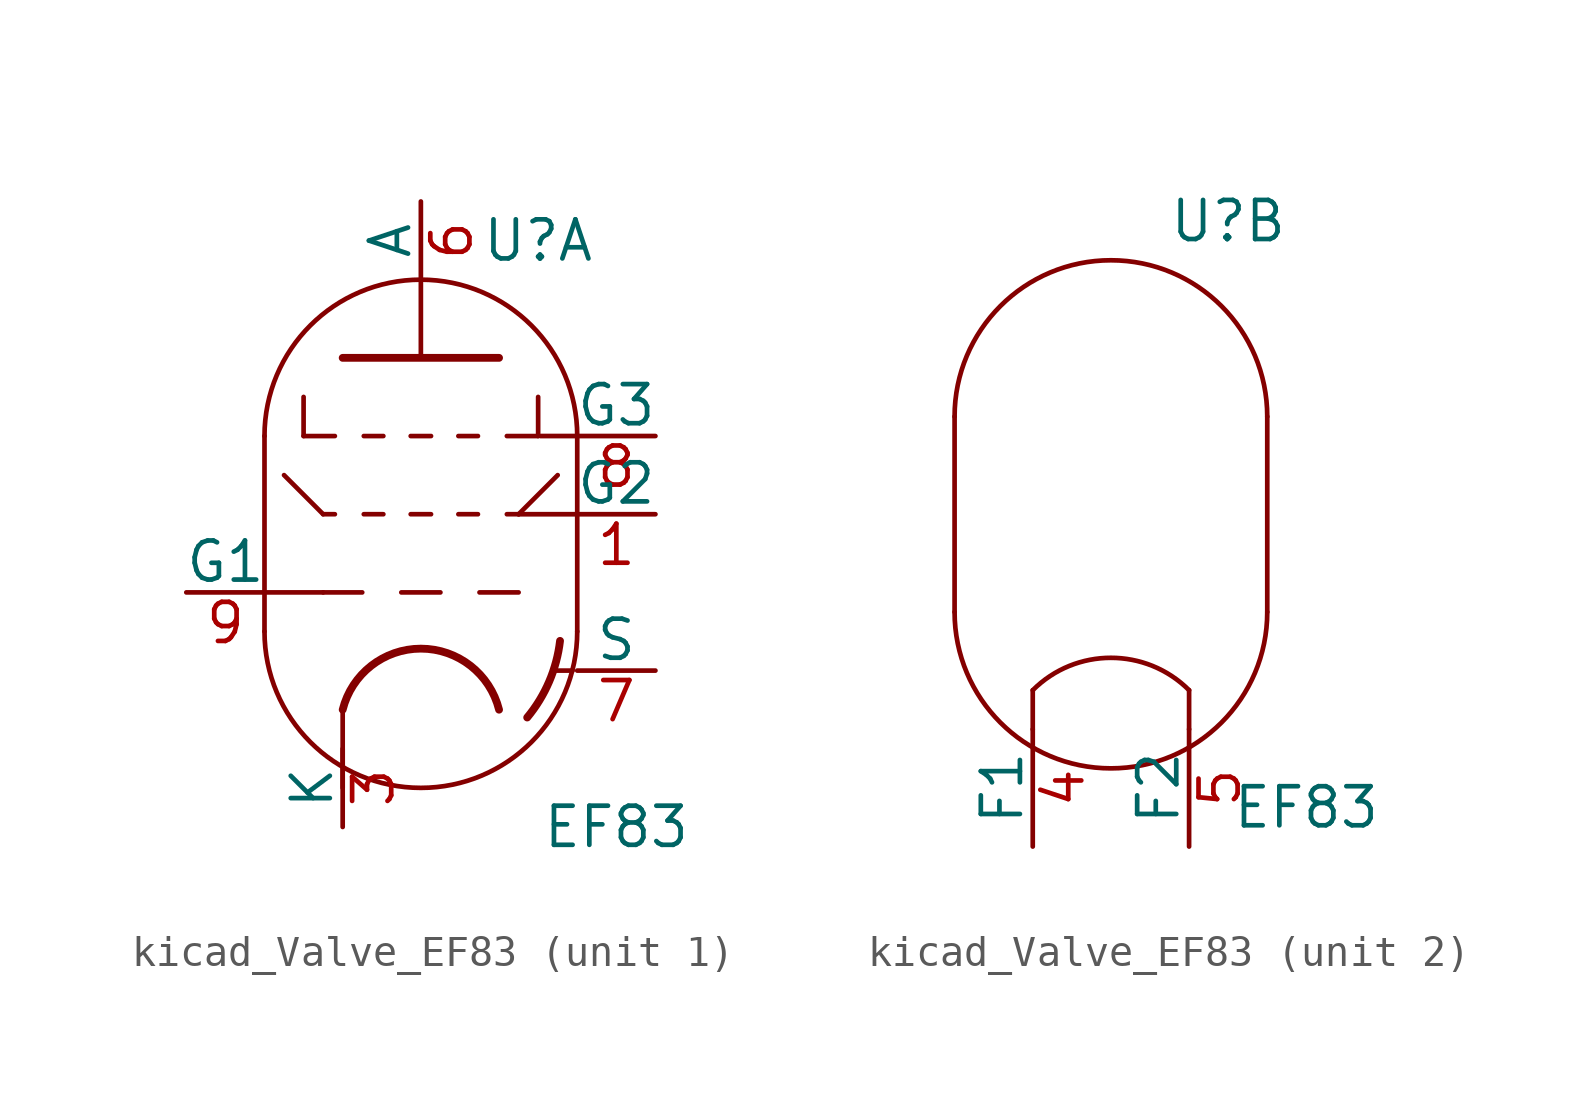
<source format=kicad_sym>
(kicad_symbol_lib
  (version 20220914)
  (generator kicad_symbol_editor)
  (symbol "kicad_Valve_EF83"
    (pin_names
      (offset 0))
    (property "Reference" "U"
      (at 3.81 10.16 0)
      (effects (font (size 1.27 1.27))))
    (property "Value" "EF83"
      (at 6.35 -8.89 0)
      (effects (font (size 1.27 1.27))))
    (property "ki_locked" ""
      (at 0 0 0)
      (effects (font (size 1.27 1.27))))
    (symbol "kicad_Valve_EF83_0_1"
      (arc (start -5.08 -2.54) (mid 0 -7.5979) (end 5.08 -2.54) (stroke (width 0) (type default)) (fill (type none)))
      (polyline (pts (xy -5.08 -2.54) (xy -5.08 3.81) (xy -5.08 3.81)) (stroke (width 0) (type default)) (fill (type none)))
      (polyline (pts (xy 5.08 -2.54) (xy 5.08 3.81) (xy 5.08 3.81)) (stroke (width 0) (type default)) (fill (type none)))
      (arc (start 5.08 3.81) (mid 0 8.8679) (end -5.08 3.81) (stroke (width 0) (type default)) (fill (type none))))
    (symbol "kicad_Valve_EF83_1_0"
      (polyline (pts (xy -2.54 -5.08) (xy -2.54 -7.62)) (stroke (width 0) (type default)) (fill (type none)))
      (polyline (pts (xy 4.318 -3.785) (xy 4.343 -3.81)) (stroke (width 0) (type default)) (fill (type none)))
      (polyline (pts (xy 4.928 -3.81) (xy 4.343 -3.81)) (stroke (width 0) (type default)) (fill (type none))))
    (symbol "kicad_Valve_EF83_1_1"
      (polyline (pts (xy -5.08 -1.27) (xy -3.175 -1.27)) (stroke (width 0) (type default)) (fill (type none)))
      (polyline (pts (xy -4.445 2.54) (xy -3.175 1.27)) (stroke (width 0.152) (type default)) (fill (type none)))
      (polyline (pts (xy -3.81 3.81) (xy -2.794 3.81)) (stroke (width 0.152) (type default)) (fill (type none)))
      (polyline (pts (xy -3.81 5.08) (xy -3.81 3.81)) (stroke (width 0.152) (type default)) (fill (type none)))
      (polyline (pts (xy -3.175 1.27) (xy -2.794 1.27)) (stroke (width 0.152) (type default)) (fill (type none)))
      (polyline (pts (xy -1.905 -1.27) (xy -3.175 -1.27)) (stroke (width 0.152) (type default)) (fill (type none)))
      (polyline (pts (xy -1.854 1.27) (xy -1.219 1.27)) (stroke (width 0.152) (type default)) (fill (type none)))
      (polyline (pts (xy -1.854 3.81) (xy -1.219 3.81)) (stroke (width 0.152) (type default)) (fill (type none)))
      (polyline (pts (xy -0.635 -1.27) (xy 0.635 -1.27)) (stroke (width 0.152) (type default)) (fill (type none)))
      (polyline (pts (xy -0.33 1.27) (xy 0.33 1.27)) (stroke (width 0.152) (type default)) (fill (type none)))
      (polyline (pts (xy -0.33 3.81) (xy 0.33 3.81)) (stroke (width 0.152) (type default)) (fill (type none)))
      (polyline (pts (xy 0 6.35) (xy 0 8.89)) (stroke (width 0) (type default)) (fill (type none)))
      (polyline (pts (xy 1.219 1.27) (xy 1.854 1.27)) (stroke (width 0.152) (type default)) (fill (type none)))
      (polyline (pts (xy 1.219 3.81) (xy 1.854 3.81)) (stroke (width 0.152) (type default)) (fill (type none)))
      (polyline (pts (xy 1.905 -1.27) (xy 3.175 -1.27)) (stroke (width 0.152) (type default)) (fill (type none)))
      (polyline (pts (xy 2.794 1.27) (xy 3.175 1.27)) (stroke (width 0.152) (type default)) (fill (type none)))
      (polyline (pts (xy 3.175 1.27) (xy 5.08 1.27)) (stroke (width 0) (type default)) (fill (type none)))
      (polyline (pts (xy 3.81 3.81) (xy 2.794 3.81)) (stroke (width 0.152) (type default)) (fill (type none)))
      (polyline (pts (xy 3.81 5.08) (xy 3.81 3.81)) (stroke (width 0.152) (type default)) (fill (type none)))
      (polyline (pts (xy 3.886 3.81) (xy 5.08 3.81)) (stroke (width 0) (type default)) (fill (type none)))
      (polyline (pts (xy 4.445 2.54) (xy 3.175 1.27)) (stroke (width 0.152) (type default)) (fill (type none)))
      (polyline (pts (xy -2.54 6.35) (xy 2.54 6.35) (xy 2.54 6.35)) (stroke (width 0.254) (type default)) (fill (type none)))
      (arc (start 2.54 -5.08) (mid 0 -3.0968) (end -2.54 -5.08) (stroke (width 0.254) (type default)) (fill (type none)))
      (arc (start 3.4544 -5.334) (mid 4.168 -4.168) (end 4.5212 -2.8448) (stroke (width 0.254) (type default)) (fill (type none)))
      (pin input line (at 7.62 1.27 180) (length 2.54) (name "G2" (effects (font (size 1.27 1.27)))) (number "1" (effects (font (size 1.27 1.27)))))
      (pin bidirectional line (at -2.54 -8.89 90) (length 2.54) (name "K" (effects (font (size 1.27 1.27)))) (number "3" (effects (font (size 1.27 1.27)))))
      (pin output line (at 0 11.43 270) (length 2.54) (name "A" (effects (font (size 1.27 1.27)))) (number "6" (effects (font (size 1.27 1.27)))))
      (pin input line (at 7.62 -3.81 180) (length 2.54) (name "S" (effects (font (size 1.27 1.27)))) (number "7" (effects (font (size 1.27 1.27)))))
      (pin input line (at 7.62 3.81 180) (length 2.54) (name "G3" (effects (font (size 1.27 1.27)))) (number "8" (effects (font (size 1.27 1.27)))))
      (pin input line (at -7.62 -1.27 0) (length 2.54) (name "G1" (effects (font (size 1.27 1.27)))) (number "9" (effects (font (size 1.27 1.27))))))
    (symbol "kicad_Valve_EF83_2_1"
      (polyline (pts (xy -2.54 -5.08) (xy -2.54 -6.35) (xy -2.54 -6.35)) (stroke (width 0) (type default)) (fill (type none)))
      (polyline (pts (xy 2.54 -5.08) (xy 2.54 -6.35) (xy 2.54 -6.35)) (stroke (width 0) (type default)) (fill (type none)))
      (arc (start 2.54 -5.08) (mid 0 -4.0279) (end -2.54 -5.08) (stroke (width 0) (type default)) (fill (type none)))
      (pin power_in line (at -2.54 -10.16 90) (length 3.81) (name "F1" (effects (font (size 1.27 1.27)))) (number "4" (effects (font (size 1.27 1.27)))))
      (pin power_in line (at 2.54 -10.16 90) (length 3.81) (name "F2" (effects (font (size 1.27 1.27)))) (number "5" (effects (font (size 1.27 1.27))))))))
</source>
